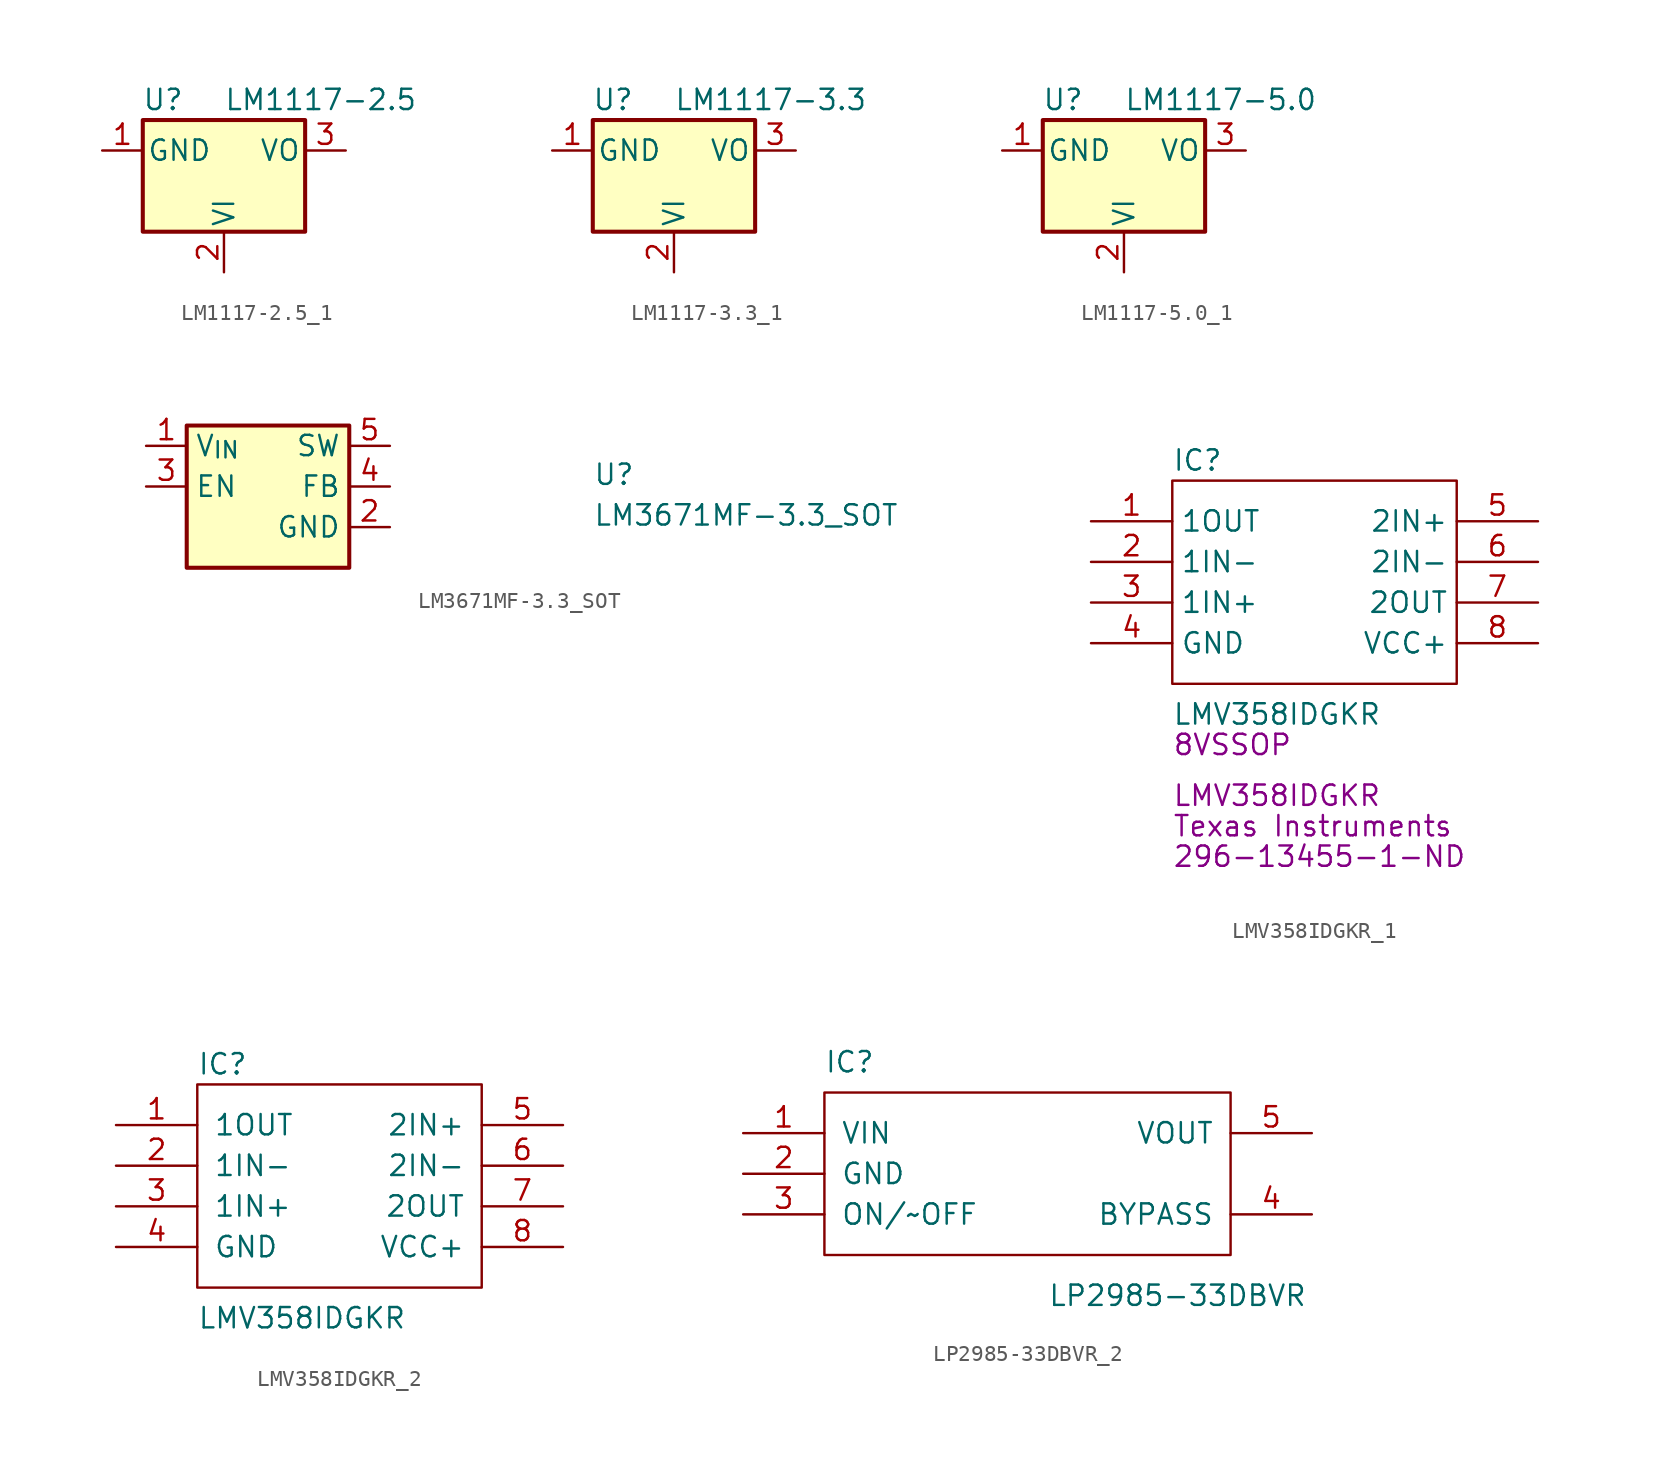
<source format=kicad_sym>
(kicad_symbol_lib
  (version 20231120)
  (generator "kicad_symbol_editor")
  (generator_version "8.0")
  (symbol "LM1117-2.5_1"
    (pin_names
      (offset 0.254))
    (property "Reference" "U"
      (at -3.81 3.175 0)
      (effects (font (size 1.27 1.27))))
    (property "Value" "LM1117-2.5"
      (at 0 3.175 0)
      (effects (font (size 1.27 1.27)) (justify left)))
    (symbol "LM1117-2.5_1_0_1"
      (rectangle (start -5.08 -5.08) (end 5.08 1.905) (stroke (width 0.254) (type default)) (fill (type background))))
    (symbol "LM1117-2.5_1_1_1"
      (pin power_in line (at -7.62 0 0) (length 2.54) (name "GND" (effects (font (size 1.27 1.27)))) (number "1" (effects (font (size 1.27 1.27)))))
      (pin power_in line (at 0 -7.62 90) (length 2.54) (name "VI" (effects (font (size 1.27 1.27)))) (number "2" (effects (font (size 1.27 1.27)))))
      (pin power_out line (at 7.62 0 180) (length 2.54) (name "VO" (effects (font (size 1.27 1.27)))) (number "3" (effects (font (size 1.27 1.27)))))))
  (symbol "LM1117-3.3_1"
    (pin_names
      (offset 0.254))
    (property "Reference" "U"
      (at -3.81 3.175 0)
      (effects (font (size 1.27 1.27))))
    (property "Value" "LM1117-3.3"
      (at 0 3.175 0)
      (effects (font (size 1.27 1.27)) (justify left)))
    (symbol "LM1117-3.3_1_0_1"
      (rectangle (start -5.08 -5.08) (end 5.08 1.905) (stroke (width 0.254) (type default)) (fill (type background))))
    (symbol "LM1117-3.3_1_1_1"
      (pin power_in line (at -7.62 0 0) (length 2.54) (name "GND" (effects (font (size 1.27 1.27)))) (number "1" (effects (font (size 1.27 1.27)))))
      (pin power_in line (at 0 -7.62 90) (length 2.54) (name "VI" (effects (font (size 1.27 1.27)))) (number "2" (effects (font (size 1.27 1.27)))))
      (pin power_out line (at 7.62 0 180) (length 2.54) (name "VO" (effects (font (size 1.27 1.27)))) (number "3" (effects (font (size 1.27 1.27)))))))
  (symbol "LM1117-5.0_1"
    (pin_names
      (offset 0.254))
    (property "Reference" "U"
      (at -3.81 3.175 0)
      (effects (font (size 1.27 1.27))))
    (property "Value" "LM1117-5.0"
      (at 0 3.175 0)
      (effects (font (size 1.27 1.27)) (justify left)))
    (symbol "LM1117-5.0_1_0_1"
      (rectangle (start -5.08 -5.08) (end 5.08 1.905) (stroke (width 0.254) (type default)) (fill (type background))))
    (symbol "LM1117-5.0_1_1_1"
      (pin power_in line (at -7.62 0 0) (length 2.54) (name "GND" (effects (font (size 1.27 1.27)))) (number "1" (effects (font (size 1.27 1.27)))))
      (pin power_in line (at 0 -7.62 90) (length 2.54) (name "VI" (effects (font (size 1.27 1.27)))) (number "2" (effects (font (size 1.27 1.27)))))
      (pin power_out line (at 7.62 0 180) (length 2.54) (name "VO" (effects (font (size 1.27 1.27)))) (number "3" (effects (font (size 1.27 1.27)))))))
  (symbol "LM3671MF-3.3_SOT"
    (property "Reference" "U"
      (at 27.94 -2.54 0)
      (effects (font (size 1.27 1.27) (thickness 0.15)) (justify left bottom)))
    (property "Value" "LM3671MF-3.3_SOT"
      (at 27.94 -5.08 0)
      (effects (font (size 1.27 1.27) (thickness 0.15)) (justify left bottom)))
    (symbol "LM3671MF-3.3_SOT_1_1"
      (rectangle (start 2.54 1.27) (end 12.7 -7.62) (stroke (width 0.254) (type default)) (fill (type background)))
      (pin power_in line (at 0 0 0) (length 2.54) (name "V_{IN}" (effects (font (size 1.27 1.27)))) (number "1" (effects (font (size 1.27 1.27)))))
      (pin power_in line (at 15.24 -5.08 180) (length 2.54) (name "GND" (effects (font (size 1.27 1.27)))) (number "2" (effects (font (size 1.27 1.27)))))
      (pin input line (at 0 -2.54 0) (length 2.54) (name "EN" (effects (font (size 1.27 1.27)))) (number "3" (effects (font (size 1.27 1.27)))))
      (pin input line (at 15.24 -2.54 180) (length 2.54) (name "FB" (effects (font (size 1.27 1.27)))) (number "4" (effects (font (size 1.27 1.27)))))
      (pin input line (at 15.24 0 180) (length 2.54) (name "SW" (effects (font (size 1.27 1.27)))) (number "5" (effects (font (size 1.27 1.27)))))))
  (symbol "LMV358IDGKR_1"
    (property "Reference" "IC"
      (at -8.89 7.62 0)
      (effects (font (size 1.27 1.27)) (justify left)))
    (property "Value" "LMV358IDGKR"
      (at -8.89 -8.255 0)
      (effects (font (size 1.27 1.27)) (justify left)))
    (property "Chip Set" "8VSSOP"
      (at -8.89 -10.16 0)
      (effects (font (size 1.27 1.27)) (justify left)))
    (property "Manufacturer" "Texas Instruments"
      (at -8.89 -15.24 0)
      (effects (font (size 1.27 1.27)) (justify left)))
    (property "MPN" "LMV358IDGKR"
      (at -8.89 -13.335 0)
      (effects (font (size 1.27 1.27)) (justify left)))
    (property "Digi-Key_PN" "296-13455-1-ND"
      (at -8.89 -17.145 0)
      (effects (font (size 1.27 1.27)) (justify left)))
    (symbol "LMV358IDGKR_1_1_1"
      (polyline (pts (xy -8.89 6.35) (xy 8.89 6.35) (xy 8.89 -6.35) (xy -8.89 -6.35) (xy -8.89 6.35)) (stroke (width 0.152) (type default)) (fill (type none)))
      (pin output line (at -13.97 3.81 0) (length 5.08) (name "1OUT" (effects (font (size 1.27 1.27)))) (number "1" (effects (font (size 1.27 1.27)))))
      (pin input line (at -13.97 1.27 0) (length 5.08) (name "1IN-" (effects (font (size 1.27 1.27)))) (number "2" (effects (font (size 1.27 1.27)))))
      (pin input line (at -13.97 -1.27 0) (length 5.08) (name "1IN+" (effects (font (size 1.27 1.27)))) (number "3" (effects (font (size 1.27 1.27)))))
      (pin power_in line (at -13.97 -3.81 0) (length 5.08) (name "GND" (effects (font (size 1.27 1.27)))) (number "4" (effects (font (size 1.27 1.27)))))
      (pin input line (at 13.97 3.81 180) (length 5.08) (name "2IN+" (effects (font (size 1.27 1.27)))) (number "5" (effects (font (size 1.27 1.27)))))
      (pin input line (at 13.97 1.27 180) (length 5.08) (name "2IN-" (effects (font (size 1.27 1.27)))) (number "6" (effects (font (size 1.27 1.27)))))
      (pin output line (at 13.97 -1.27 180) (length 5.08) (name "2OUT" (effects (font (size 1.27 1.27)))) (number "7" (effects (font (size 1.27 1.27)))))
      (pin power_in line (at 13.97 -3.81 180) (length 5.08) (name "VCC+" (effects (font (size 1.27 1.27)))) (number "8" (effects (font (size 1.27 1.27)))))))
  (symbol "LMV358IDGKR_2"
    (pin_names
      (offset 1.016))
    (property "Reference" "IC"
      (at -8.89 7.62 0)
      (effects (font (size 1.27 1.27)) (justify left)))
    (property "Value" "LMV358IDGKR"
      (at -8.89 -8.255 0)
      (effects (font (size 1.27 1.27)) (justify left)))
    (symbol "LMV358IDGKR_2_1_1"
      (polyline (pts (xy -8.89 6.35) (xy 8.89 6.35) (xy 8.89 -6.35) (xy -8.89 -6.35) (xy -8.89 6.35)) (stroke (width 0.152) (type default)) (fill (type none)))
      (pin output line (at -13.97 3.81 0) (length 5.08) (name "1OUT" (effects (font (size 1.27 1.27)))) (number "1" (effects (font (size 1.27 1.27)))))
      (pin input line (at -13.97 1.27 0) (length 5.08) (name "1IN-" (effects (font (size 1.27 1.27)))) (number "2" (effects (font (size 1.27 1.27)))))
      (pin input line (at -13.97 -1.27 0) (length 5.08) (name "1IN+" (effects (font (size 1.27 1.27)))) (number "3" (effects (font (size 1.27 1.27)))))
      (pin power_in line (at -13.97 -3.81 0) (length 5.08) (name "GND" (effects (font (size 1.27 1.27)))) (number "4" (effects (font (size 1.27 1.27)))))
      (pin input line (at 13.97 3.81 180) (length 5.08) (name "2IN+" (effects (font (size 1.27 1.27)))) (number "5" (effects (font (size 1.27 1.27)))))
      (pin input line (at 13.97 1.27 180) (length 5.08) (name "2IN-" (effects (font (size 1.27 1.27)))) (number "6" (effects (font (size 1.27 1.27)))))
      (pin output line (at 13.97 -1.27 180) (length 5.08) (name "2OUT" (effects (font (size 1.27 1.27)))) (number "7" (effects (font (size 1.27 1.27)))))
      (pin power_in line (at 13.97 -3.81 180) (length 5.08) (name "VCC+" (effects (font (size 1.27 1.27)))) (number "8" (effects (font (size 1.27 1.27)))))))
  (symbol "LP2985-33DBVR_2"
    (pin_names
      (offset 1.016))
    (property "Reference" "IC"
      (at -12.065 6.985 0)
      (effects (font (size 1.27 1.27)) (justify left)))
    (property "Value" "LP2985-33DBVR"
      (at 1.905 -7.62 0)
      (effects (font (size 1.27 1.27)) (justify left)))
    (symbol "LP2985-33DBVR_2_1_1"
      (polyline (pts (xy -12.065 5.08) (xy 13.335 5.08) (xy 13.335 -5.08) (xy -12.065 -5.08) (xy -12.065 5.08)) (stroke (width 0.152) (type default)) (fill (type none)))
      (pin power_in line (at -17.145 2.54 0) (length 5.08) (name "VIN" (effects (font (size 1.27 1.27)))) (number "1" (effects (font (size 1.27 1.27)))))
      (pin power_in line (at -17.145 0 0) (length 5.08) (name "GND" (effects (font (size 1.27 1.27)))) (number "2" (effects (font (size 1.27 1.27)))))
      (pin input line (at -17.145 -2.54 0) (length 5.08) (name "ON/~OFF" (effects (font (size 1.27 1.27)))) (number "3" (effects (font (size 1.27 1.27)))))
      (pin bidirectional line (at 18.415 -2.54 180) (length 5.08) (name "BYPASS" (effects (font (size 1.27 1.27)))) (number "4" (effects (font (size 1.27 1.27)))))
      (pin output line (at 18.415 2.54 180) (length 5.08) (name "VOUT" (effects (font (size 1.27 1.27)))) (number "5" (effects (font (size 1.27 1.27))))))))
</source>
